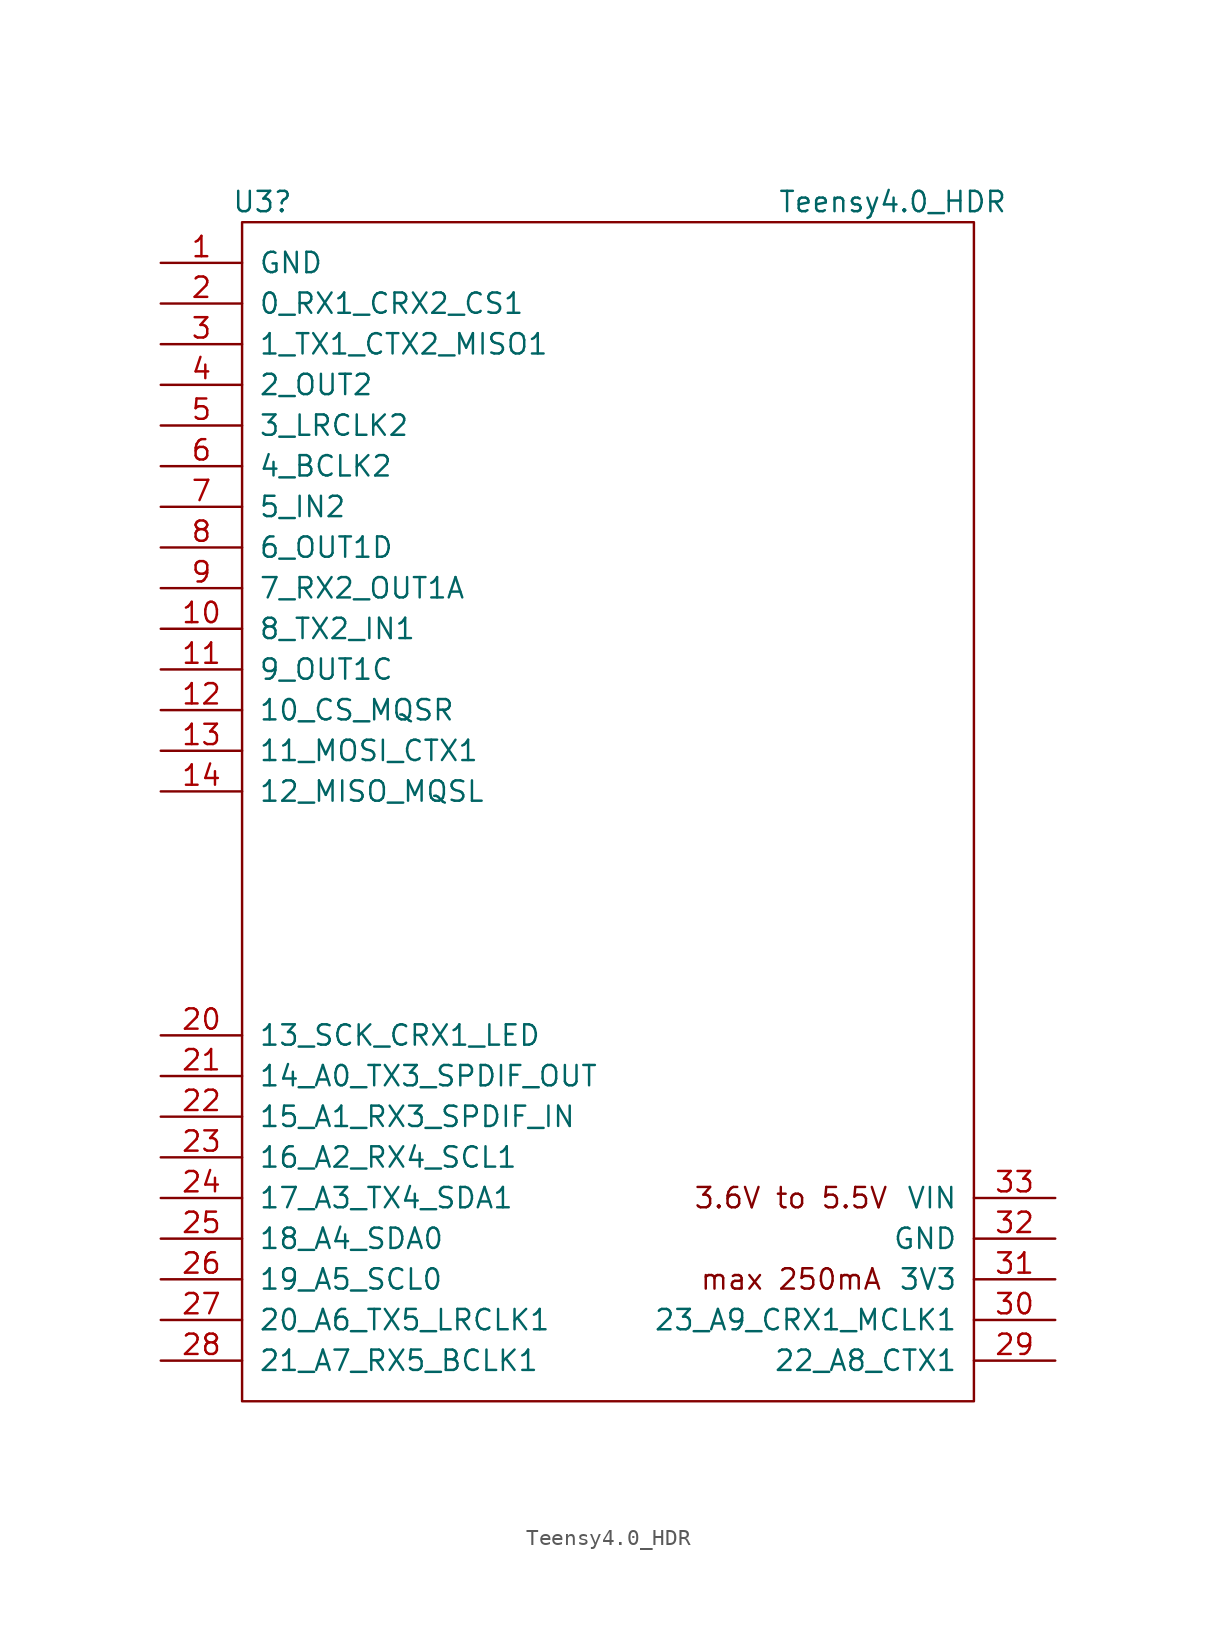
<source format=kicad_sym>
(kicad_symbol_lib
  (version 20211014)
  (generator kicad_symbol_editor)
  (symbol "Teensy4.0_HDR"
    (pin_names
      (offset 1.016))
    (property "Reference" "U3"
      (at -21.59 38.1 0)
      (effects (font (size 1.27 1.27))))
    (property "Value" "Teensy4.0_HDR"
      (at 17.78 38.1 0)
      (effects (font (size 1.27 1.27))))
    (symbol "Teensy4.0_HDR_0_0"
      (text "3.6V to 5.5V" (at 11.43 -24.13 0) (effects (font (size 1.27 1.27))))
      (text "max 250mA" (at 11.43 -29.21 0) (effects (font (size 1.27 1.27))))
      (pin bidirectional line (at -27.94 11.43 0) (length 5.08) (name "8_TX2_IN1" (effects (font (size 1.27 1.27)))) (number "10" (effects (font (size 1.27 1.27)))))
      (pin bidirectional line (at -27.94 8.89 0) (length 5.08) (name "9_OUT1C" (effects (font (size 1.27 1.27)))) (number "11" (effects (font (size 1.27 1.27)))))
      (pin bidirectional line (at -27.94 6.35 0) (length 5.08) (name "10_CS_MQSR" (effects (font (size 1.27 1.27)))) (number "12" (effects (font (size 1.27 1.27)))))
      (pin bidirectional line (at -27.94 3.81 0) (length 5.08) (name "11_MOSI_CTX1" (effects (font (size 1.27 1.27)))) (number "13" (effects (font (size 1.27 1.27)))))
      (pin bidirectional line (at -27.94 1.27 0) (length 5.08) (name "12_MISO_MQSL" (effects (font (size 1.27 1.27)))) (number "14" (effects (font (size 1.27 1.27)))))
      (pin bidirectional line (at -27.94 -13.97 0) (length 5.08) (name "13_SCK_CRX1_LED" (effects (font (size 1.27 1.27)))) (number "20" (effects (font (size 1.27 1.27)))))
      (pin bidirectional line (at -27.94 -16.51 0) (length 5.08) (name "14_A0_TX3_SPDIF_OUT" (effects (font (size 1.27 1.27)))) (number "21" (effects (font (size 1.27 1.27)))))
      (pin bidirectional line (at -27.94 -19.05 0) (length 5.08) (name "15_A1_RX3_SPDIF_IN" (effects (font (size 1.27 1.27)))) (number "22" (effects (font (size 1.27 1.27)))))
      (pin bidirectional line (at -27.94 -21.59 0) (length 5.08) (name "16_A2_RX4_SCL1" (effects (font (size 1.27 1.27)))) (number "23" (effects (font (size 1.27 1.27)))))
      (pin bidirectional line (at -27.94 -24.13 0) (length 5.08) (name "17_A3_TX4_SDA1" (effects (font (size 1.27 1.27)))) (number "24" (effects (font (size 1.27 1.27)))))
      (pin bidirectional line (at -27.94 -26.67 0) (length 5.08) (name "18_A4_SDA0" (effects (font (size 1.27 1.27)))) (number "25" (effects (font (size 1.27 1.27)))))
      (pin bidirectional line (at -27.94 -29.21 0) (length 5.08) (name "19_A5_SCL0" (effects (font (size 1.27 1.27)))) (number "26" (effects (font (size 1.27 1.27)))))
      (pin bidirectional line (at -27.94 -31.75 0) (length 5.08) (name "20_A6_TX5_LRCLK1" (effects (font (size 1.27 1.27)))) (number "27" (effects (font (size 1.27 1.27)))))
      (pin bidirectional line (at -27.94 -34.29 0) (length 5.08) (name "21_A7_RX5_BCLK1" (effects (font (size 1.27 1.27)))) (number "28" (effects (font (size 1.27 1.27)))))
      (pin bidirectional line (at 27.94 -34.29 180) (length 5.08) (name "22_A8_CTX1" (effects (font (size 1.27 1.27)))) (number "29" (effects (font (size 1.27 1.27)))))
      (pin bidirectional line (at 27.94 -31.75 180) (length 5.08) (name "23_A9_CRX1_MCLK1" (effects (font (size 1.27 1.27)))) (number "30" (effects (font (size 1.27 1.27)))))
      (pin power_out line (at 27.94 -29.21 180) (length 5.08) (name "3V3" (effects (font (size 1.27 1.27)))) (number "31" (effects (font (size 1.27 1.27)))))
      (pin power_in line (at 27.94 -26.67 180) (length 5.08) (name "GND" (effects (font (size 1.27 1.27)))) (number "32" (effects (font (size 1.27 1.27)))))
      (pin power_in line (at 27.94 -24.13 180) (length 5.08) (name "VIN" (effects (font (size 1.27 1.27)))) (number "33" (effects (font (size 1.27 1.27)))))
      (pin bidirectional line (at -27.94 24.13 0) (length 5.08) (name "3_LRCLK2" (effects (font (size 1.27 1.27)))) (number "5" (effects (font (size 1.27 1.27)))))
      (pin bidirectional line (at -27.94 21.59 0) (length 5.08) (name "4_BCLK2" (effects (font (size 1.27 1.27)))) (number "6" (effects (font (size 1.27 1.27)))))
      (pin bidirectional line (at -27.94 19.05 0) (length 5.08) (name "5_IN2" (effects (font (size 1.27 1.27)))) (number "7" (effects (font (size 1.27 1.27)))))
      (pin bidirectional line (at -27.94 16.51 0) (length 5.08) (name "6_OUT1D" (effects (font (size 1.27 1.27)))) (number "8" (effects (font (size 1.27 1.27)))))
      (pin bidirectional line (at -27.94 13.97 0) (length 5.08) (name "7_RX2_OUT1A" (effects (font (size 1.27 1.27)))) (number "9" (effects (font (size 1.27 1.27))))))
    (symbol "Teensy4.0_HDR_0_1"
      (rectangle (start -22.86 36.83) (end 22.86 -36.83) (stroke (width 0) (type default) (color 0 0 0 0)) (fill (type none)))
      (rectangle (start -20.32 -31.75) (end -20.32 -31.75) (stroke (width 0) (type default) (color 0 0 0 0)) (fill (type none))))
    (symbol "Teensy4.0_HDR_1_1"
      (pin power_in line (at -27.94 34.29 0) (length 5.08) (name "GND" (effects (font (size 1.27 1.27)))) (number "1" (effects (font (size 1.27 1.27)))))
      (pin bidirectional line (at -27.94 31.75 0) (length 5.08) (name "0_RX1_CRX2_CS1" (effects (font (size 1.27 1.27)))) (number "2" (effects (font (size 1.27 1.27)))))
      (pin bidirectional line (at -27.94 29.21 0) (length 5.08) (name "1_TX1_CTX2_MISO1" (effects (font (size 1.27 1.27)))) (number "3" (effects (font (size 1.27 1.27)))))
      (pin bidirectional line (at -27.94 26.67 0) (length 5.08) (name "2_OUT2" (effects (font (size 1.27 1.27)))) (number "4" (effects (font (size 1.27 1.27))))))))
</source>
